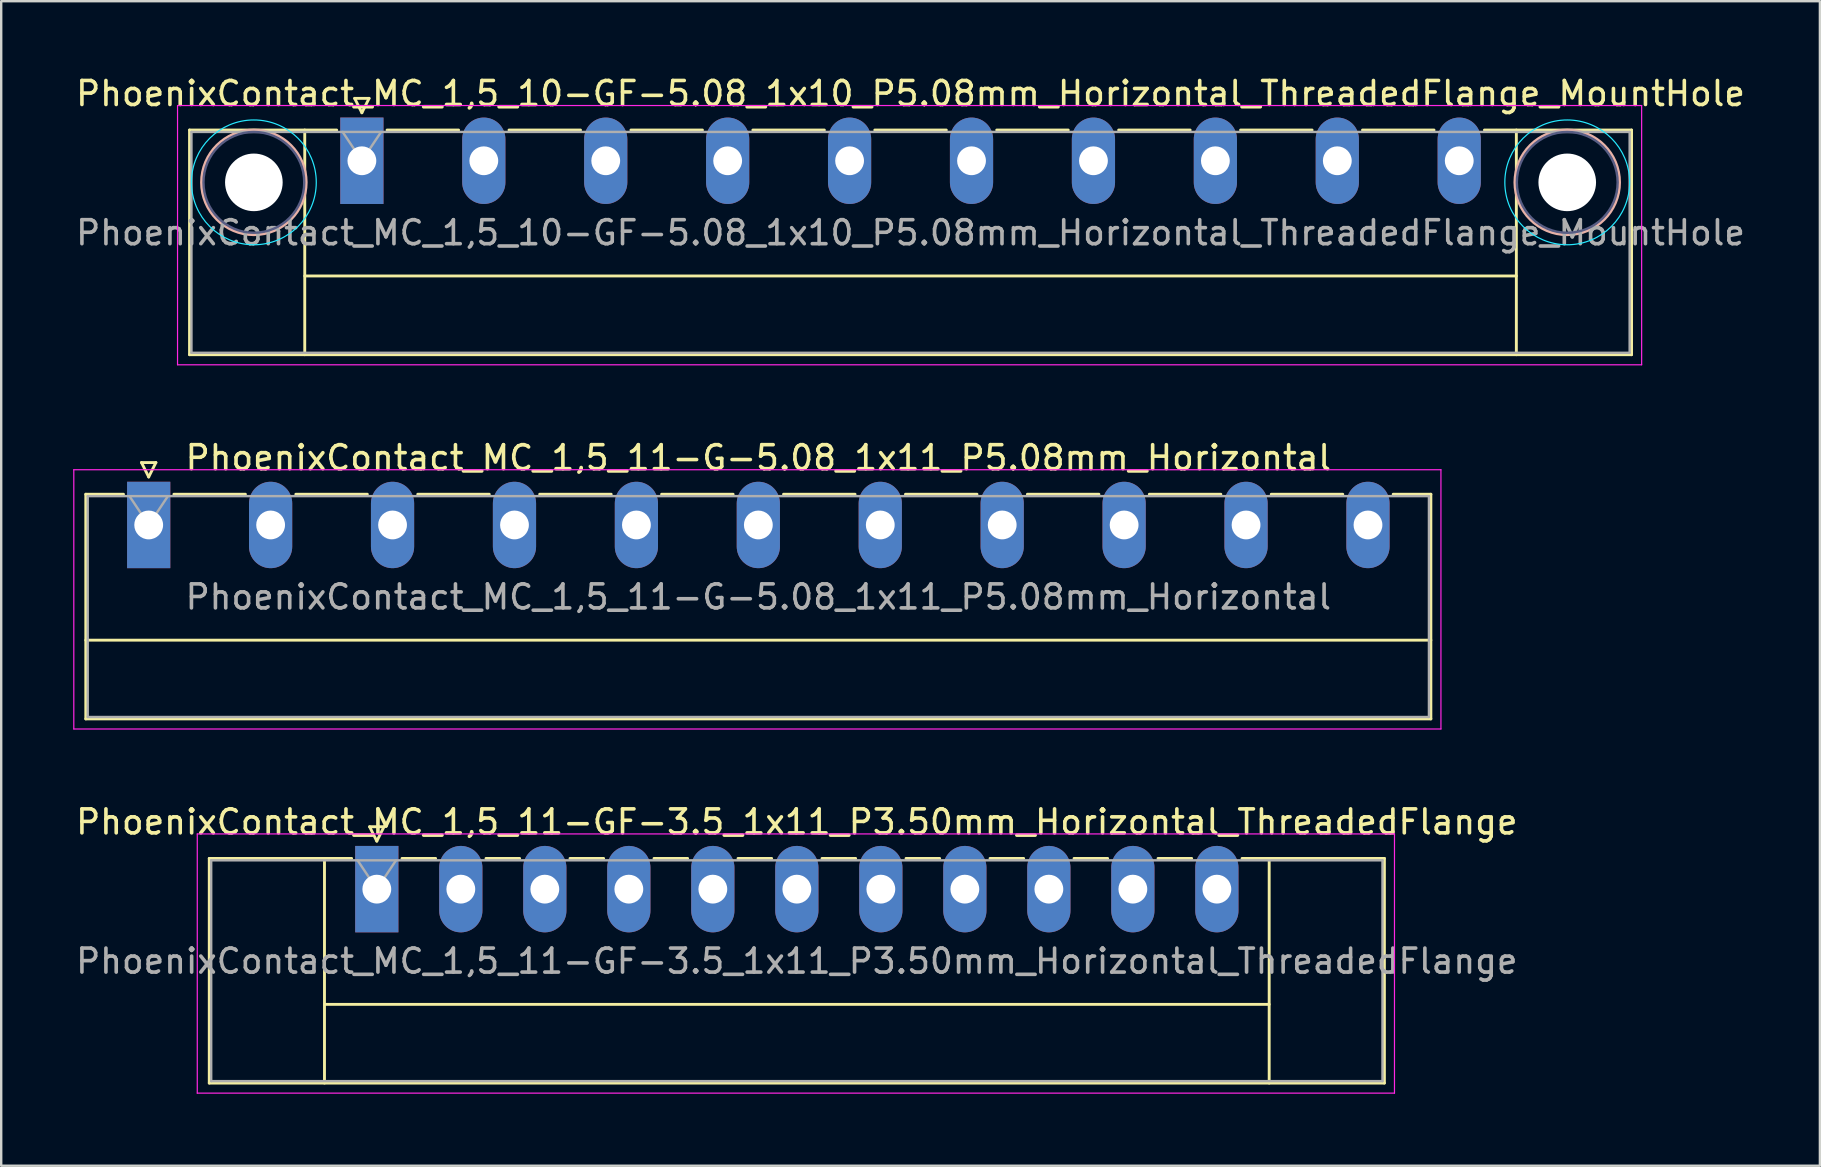
<source format=kicad_pcb>
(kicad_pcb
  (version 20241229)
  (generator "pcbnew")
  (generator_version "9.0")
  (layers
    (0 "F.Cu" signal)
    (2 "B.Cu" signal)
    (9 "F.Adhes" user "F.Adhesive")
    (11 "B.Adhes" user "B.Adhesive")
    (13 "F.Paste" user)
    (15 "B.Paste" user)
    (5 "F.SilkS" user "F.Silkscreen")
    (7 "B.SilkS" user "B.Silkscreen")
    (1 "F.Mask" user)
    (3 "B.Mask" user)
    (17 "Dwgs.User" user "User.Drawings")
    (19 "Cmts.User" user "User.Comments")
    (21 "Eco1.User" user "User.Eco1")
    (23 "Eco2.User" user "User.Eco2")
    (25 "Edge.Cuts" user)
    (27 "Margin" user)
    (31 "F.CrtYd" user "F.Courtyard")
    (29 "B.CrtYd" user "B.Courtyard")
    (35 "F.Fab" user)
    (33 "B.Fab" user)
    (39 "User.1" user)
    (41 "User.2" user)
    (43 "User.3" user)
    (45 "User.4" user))
  (footprint "PhoenixContact_MC_1,5_10-GF-5.08_1x10_P5.08mm_Horizontal_ThreadedFlange_MountHole"
    (layer "F.Cu")
    (at 12.027 3.648)
    (property "Reference" "PhoenixContact_MC_1,5_10-GF-5.08_1x10_P5.08mm_Horizontal_ThreadedFlange_MountHole" (at 22.86 -2.8 0) (layer "F.SilkS") (effects (font (size 1 1) (thickness 0.15))))
    (attr through_hole)
    (fp_line (start -7.18 -1.28) (end -7.18 8.08) (stroke (width 0.12) (type solid)) (layer "F.SilkS"))
    (fp_line (start -7.18 -1.28) (end -1.05 -1.28) (stroke (width 0.12) (type solid)) (layer "F.SilkS"))
    (fp_line (start -7.18 8.08) (end 52.9 8.08) (stroke (width 0.12) (type solid)) (layer "F.SilkS"))
    (fp_line (start -2.38 -1.28) (end -2.38 8.08) (stroke (width 0.12) (type solid)) (layer "F.SilkS"))
    (fp_line (start -2.38 4.8) (end 48.1 4.8) (stroke (width 0.12) (type solid)) (layer "F.SilkS"))
    (fp_line (start -0.3 -2.6) (end 0.3 -2.6) (stroke (width 0.12) (type solid)) (layer "F.SilkS"))
    (fp_line (start 0 -2) (end -0.3 -2.6) (stroke (width 0.12) (type solid)) (layer "F.SilkS"))
    (fp_line (start 0.3 -2.6) (end 0 -2) (stroke (width 0.12) (type solid)) (layer "F.SilkS"))
    (fp_line (start 1.05 -1.28) (end 4.03 -1.28) (stroke (width 0.12) (type solid)) (layer "F.SilkS"))
    (fp_line (start 6.13 -1.28) (end 9.11 -1.28) (stroke (width 0.12) (type solid)) (layer "F.SilkS"))
    (fp_line (start 11.21 -1.28) (end 14.19 -1.28) (stroke (width 0.12) (type solid)) (layer "F.SilkS"))
    (fp_line (start 16.29 -1.28) (end 19.27 -1.28) (stroke (width 0.12) (type solid)) (layer "F.SilkS"))
    (fp_line (start 21.37 -1.28) (end 24.35 -1.28) (stroke (width 0.12) (type solid)) (layer "F.SilkS"))
    (fp_line (start 26.45 -1.28) (end 29.43 -1.28) (stroke (width 0.12) (type solid)) (layer "F.SilkS"))
    (fp_line (start 31.53 -1.28) (end 34.51 -1.28) (stroke (width 0.12) (type solid)) (layer "F.SilkS"))
    (fp_line (start 36.61 -1.28) (end 39.59 -1.28) (stroke (width 0.12) (type solid)) (layer "F.SilkS"))
    (fp_line (start 41.69 -1.28) (end 44.67 -1.28) (stroke (width 0.12) (type solid)) (layer "F.SilkS"))
    (fp_line (start 48.1 -1.28) (end 48.1 8.08) (stroke (width 0.12) (type solid)) (layer "F.SilkS"))
    (fp_line (start 52.9 -1.28) (end 46.77 -1.28) (stroke (width 0.12) (type solid)) (layer "F.SilkS"))
    (fp_line (start 52.9 8.08) (end 52.9 -1.28) (stroke (width 0.12) (type solid)) (layer "F.SilkS"))
    (fp_circle (center -4.5 0.9) (end -2.32 0.9) (stroke (width 0.12) (type solid)) (fill no) (layer "B.SilkS"))
    (fp_circle (center 50.22 0.9) (end 52.4 0.9) (stroke (width 0.12) (type solid)) (fill no) (layer "B.SilkS"))
    (fp_circle (center -4.5 0.9) (end -1.9 0.9) (stroke (width 0.05) (type solid)) (fill no) (layer "B.CrtYd"))
    (fp_circle (center 50.22 0.9) (end 52.82 0.9) (stroke (width 0.05) (type solid)) (fill no) (layer "B.CrtYd"))
    (fp_line (start -7.68 -2.3) (end -7.68 8.5) (stroke (width 0.05) (type solid)) (layer "F.CrtYd"))
    (fp_line (start -7.68 8.5) (end 53.32 8.5) (stroke (width 0.05) (type solid)) (layer "F.CrtYd"))
    (fp_line (start 53.32 -2.3) (end -7.68 -2.3) (stroke (width 0.05) (type solid)) (layer "F.CrtYd"))
    (fp_line (start 53.32 8.5) (end 53.32 -2.3) (stroke (width 0.05) (type solid)) (layer "F.CrtYd"))
    (fp_circle (center -4.5 0.9) (end -2.4 0.9) (stroke (width 0.1) (type solid)) (fill no) (layer "B.Fab"))
    (fp_circle (center 50.22 0.9) (end 52.32 0.9) (stroke (width 0.1) (type solid)) (fill no) (layer "B.Fab"))
    (fp_line (start -7.1 -1.2) (end -7.1 8) (stroke (width 0.1) (type solid)) (layer "F.Fab"))
    (fp_line (start -7.1 8) (end 52.82 8) (stroke (width 0.1) (type solid)) (layer "F.Fab"))
    (fp_line (start 0 0) (end -0.8 -1.2) (stroke (width 0.1) (type solid)) (layer "F.Fab"))
    (fp_line (start 0.8 -1.2) (end 0 0) (stroke (width 0.1) (type solid)) (layer "F.Fab"))
    (fp_line (start 52.82 -1.2) (end -7.1 -1.2) (stroke (width 0.1) (type solid)) (layer "F.Fab"))
    (fp_line (start 52.82 8) (end 52.82 -1.2) (stroke (width 0.1) (type solid)) (layer "F.Fab"))
    (fp_text user "${REFERENCE}" (at 22.86 3 0) (layer "F.Fab") (effects (font (size 1 1) (thickness 0.15))))
    (pad "" np_thru_hole circle (at -4.5 0.9) (size 2.4 2.4) (drill 2.4) (layers "*.Cu" "*.Mask"))
    (pad "" np_thru_hole circle (at 50.22 0.9) (size 2.4 2.4) (drill 2.4) (layers "*.Cu" "*.Mask"))
    (pad "1" thru_hole rect (at 0 0) (size 1.8 3.6) (drill 1.2) (layers "*.Cu" "*.Mask"))
    (pad "2" thru_hole oval (at 5.08 0) (size 1.8 3.6) (drill 1.2) (layers "*.Cu" "*.Mask"))
    (pad "3" thru_hole oval (at 10.16 0) (size 1.8 3.6) (drill 1.2) (layers "*.Cu" "*.Mask"))
    (pad "4" thru_hole oval (at 15.24 0) (size 1.8 3.6) (drill 1.2) (layers "*.Cu" "*.Mask"))
    (pad "5" thru_hole oval (at 20.32 0) (size 1.8 3.6) (drill 1.2) (layers "*.Cu" "*.Mask"))
    (pad "6" thru_hole oval (at 25.4 0) (size 1.8 3.6) (drill 1.2) (layers "*.Cu" "*.Mask"))
    (pad "7" thru_hole oval (at 30.48 0) (size 1.8 3.6) (drill 1.2) (layers "*.Cu" "*.Mask"))
    (pad "8" thru_hole oval (at 35.56 0) (size 1.8 3.6) (drill 1.2) (layers "*.Cu" "*.Mask"))
    (pad "9" thru_hole oval (at 40.64 0) (size 1.8 3.6) (drill 1.2) (layers "*.Cu" "*.Mask"))
    (pad "10" thru_hole oval (at 45.72 0) (size 1.8 3.6) (drill 1.2) (layers "*.Cu" "*.Mask")))
  (footprint "PhoenixContact_MC_1,5_11-G-5.08_1x11_P5.08mm_Horizontal"
    (layer "F.Cu")
    (at 3.145 18.822)
    (property "Reference" "PhoenixContact_MC_1,5_11-G-5.08_1x11_P5.08mm_Horizontal" (at 25.4 -2.8 0) (layer "F.SilkS") (effects (font (size 1 1) (thickness 0.15))))
    (attr through_hole)
    (fp_line (start -2.62 -1.28) (end -2.62 8.08) (stroke (width 0.12) (type solid)) (layer "F.SilkS"))
    (fp_line (start -2.62 -1.28) (end -1.05 -1.28) (stroke (width 0.12) (type solid)) (layer "F.SilkS"))
    (fp_line (start -2.62 4.8) (end 53.42 4.8) (stroke (width 0.12) (type solid)) (layer "F.SilkS"))
    (fp_line (start -2.62 8.08) (end 53.42 8.08) (stroke (width 0.12) (type solid)) (layer "F.SilkS"))
    (fp_line (start -0.3 -2.6) (end 0.3 -2.6) (stroke (width 0.12) (type solid)) (layer "F.SilkS"))
    (fp_line (start 0 -2) (end -0.3 -2.6) (stroke (width 0.12) (type solid)) (layer "F.SilkS"))
    (fp_line (start 0.3 -2.6) (end 0 -2) (stroke (width 0.12) (type solid)) (layer "F.SilkS"))
    (fp_line (start 1.05 -1.28) (end 4.03 -1.28) (stroke (width 0.12) (type solid)) (layer "F.SilkS"))
    (fp_line (start 6.13 -1.28) (end 9.11 -1.28) (stroke (width 0.12) (type solid)) (layer "F.SilkS"))
    (fp_line (start 11.21 -1.28) (end 14.19 -1.28) (stroke (width 0.12) (type solid)) (layer "F.SilkS"))
    (fp_line (start 16.29 -1.28) (end 19.27 -1.28) (stroke (width 0.12) (type solid)) (layer "F.SilkS"))
    (fp_line (start 21.37 -1.28) (end 24.35 -1.28) (stroke (width 0.12) (type solid)) (layer "F.SilkS"))
    (fp_line (start 26.45 -1.28) (end 29.43 -1.28) (stroke (width 0.12) (type solid)) (layer "F.SilkS"))
    (fp_line (start 31.53 -1.28) (end 34.51 -1.28) (stroke (width 0.12) (type solid)) (layer "F.SilkS"))
    (fp_line (start 36.61 -1.28) (end 39.59 -1.28) (stroke (width 0.12) (type solid)) (layer "F.SilkS"))
    (fp_line (start 41.69 -1.28) (end 44.67 -1.28) (stroke (width 0.12) (type solid)) (layer "F.SilkS"))
    (fp_line (start 46.77 -1.28) (end 49.75 -1.28) (stroke (width 0.12) (type solid)) (layer "F.SilkS"))
    (fp_line (start 53.42 -1.28) (end 51.85 -1.28) (stroke (width 0.12) (type solid)) (layer "F.SilkS"))
    (fp_line (start 53.42 8.08) (end 53.42 -1.28) (stroke (width 0.12) (type solid)) (layer "F.SilkS"))
    (fp_line (start -3.12 -2.3) (end -3.12 8.5) (stroke (width 0.05) (type solid)) (layer "F.CrtYd"))
    (fp_line (start -3.12 8.5) (end 53.84 8.5) (stroke (width 0.05) (type solid)) (layer "F.CrtYd"))
    (fp_line (start 53.84 -2.3) (end -3.12 -2.3) (stroke (width 0.05) (type solid)) (layer "F.CrtYd"))
    (fp_line (start 53.84 8.5) (end 53.84 -2.3) (stroke (width 0.05) (type solid)) (layer "F.CrtYd"))
    (fp_line (start -2.54 -1.2) (end -2.54 8) (stroke (width 0.1) (type solid)) (layer "F.Fab"))
    (fp_line (start -2.54 8) (end 53.34 8) (stroke (width 0.1) (type solid)) (layer "F.Fab"))
    (fp_line (start 0 0) (end -0.8 -1.2) (stroke (width 0.1) (type solid)) (layer "F.Fab"))
    (fp_line (start 0.8 -1.2) (end 0 0) (stroke (width 0.1) (type solid)) (layer "F.Fab"))
    (fp_line (start 53.34 -1.2) (end -2.54 -1.2) (stroke (width 0.1) (type solid)) (layer "F.Fab"))
    (fp_line (start 53.34 8) (end 53.34 -1.2) (stroke (width 0.1) (type solid)) (layer "F.Fab"))
    (fp_text user "${REFERENCE}" (at 25.4 3 0) (layer "F.Fab") (effects (font (size 1 1) (thickness 0.15))))
    (pad "1" thru_hole rect (at 0 0) (size 1.8 3.6) (drill 1.2) (layers "*.Cu" "*.Mask"))
    (pad "2" thru_hole oval (at 5.08 0) (size 1.8 3.6) (drill 1.2) (layers "*.Cu" "*.Mask"))
    (pad "3" thru_hole oval (at 10.16 0) (size 1.8 3.6) (drill 1.2) (layers "*.Cu" "*.Mask"))
    (pad "4" thru_hole oval (at 15.24 0) (size 1.8 3.6) (drill 1.2) (layers "*.Cu" "*.Mask"))
    (pad "5" thru_hole oval (at 20.32 0) (size 1.8 3.6) (drill 1.2) (layers "*.Cu" "*.Mask"))
    (pad "6" thru_hole oval (at 25.4 0) (size 1.8 3.6) (drill 1.2) (layers "*.Cu" "*.Mask"))
    (pad "7" thru_hole oval (at 30.48 0) (size 1.8 3.6) (drill 1.2) (layers "*.Cu" "*.Mask"))
    (pad "8" thru_hole oval (at 35.56 0) (size 1.8 3.6) (drill 1.2) (layers "*.Cu" "*.Mask"))
    (pad "9" thru_hole oval (at 40.64 0) (size 1.8 3.6) (drill 1.2) (layers "*.Cu" "*.Mask"))
    (pad "10" thru_hole oval (at 45.72 0) (size 1.8 3.6) (drill 1.2) (layers "*.Cu" "*.Mask"))
    (pad "11" thru_hole oval (at 50.8 0) (size 1.8 3.6) (drill 1.2) (layers "*.Cu" "*.Mask")))
  (footprint "PhoenixContact_MC_1,5_11-GF-3.5_1x11_P3.50mm_Horizontal_ThreadedFlange"
    (layer "F.Cu")
    (at 12.649 33.995)
    (property "Reference" "PhoenixContact_MC_1,5_11-GF-3.5_1x11_P3.50mm_Horizontal_ThreadedFlange" (at 17.5 -2.8 0) (layer "F.SilkS") (effects (font (size 1 1) (thickness 0.15))))
    (attr through_hole)
    (fp_line (start -6.98 -1.28) (end -6.98 8.08) (stroke (width 0.12) (type solid)) (layer "F.SilkS"))
    (fp_line (start -6.98 -1.28) (end -1.05 -1.28) (stroke (width 0.12) (type solid)) (layer "F.SilkS"))
    (fp_line (start -6.98 8.08) (end 41.98 8.08) (stroke (width 0.12) (type solid)) (layer "F.SilkS"))
    (fp_line (start -2.18 -1.28) (end -2.18 8.08) (stroke (width 0.12) (type solid)) (layer "F.SilkS"))
    (fp_line (start -2.18 4.8) (end 37.18 4.8) (stroke (width 0.12) (type solid)) (layer "F.SilkS"))
    (fp_line (start -0.3 -2.6) (end 0.3 -2.6) (stroke (width 0.12) (type solid)) (layer "F.SilkS"))
    (fp_line (start 0 -2) (end -0.3 -2.6) (stroke (width 0.12) (type solid)) (layer "F.SilkS"))
    (fp_line (start 0.3 -2.6) (end 0 -2) (stroke (width 0.12) (type solid)) (layer "F.SilkS"))
    (fp_line (start 1.05 -1.28) (end 2.45 -1.28) (stroke (width 0.12) (type solid)) (layer "F.SilkS"))
    (fp_line (start 4.55 -1.28) (end 5.95 -1.28) (stroke (width 0.12) (type solid)) (layer "F.SilkS"))
    (fp_line (start 8.05 -1.28) (end 9.45 -1.28) (stroke (width 0.12) (type solid)) (layer "F.SilkS"))
    (fp_line (start 11.55 -1.28) (end 12.95 -1.28) (stroke (width 0.12) (type solid)) (layer "F.SilkS"))
    (fp_line (start 15.05 -1.28) (end 16.45 -1.28) (stroke (width 0.12) (type solid)) (layer "F.SilkS"))
    (fp_line (start 18.55 -1.28) (end 19.95 -1.28) (stroke (width 0.12) (type solid)) (layer "F.SilkS"))
    (fp_line (start 22.05 -1.28) (end 23.45 -1.28) (stroke (width 0.12) (type solid)) (layer "F.SilkS"))
    (fp_line (start 25.55 -1.28) (end 26.95 -1.28) (stroke (width 0.12) (type solid)) (layer "F.SilkS"))
    (fp_line (start 29.05 -1.28) (end 30.45 -1.28) (stroke (width 0.12) (type solid)) (layer "F.SilkS"))
    (fp_line (start 32.55 -1.28) (end 33.95 -1.28) (stroke (width 0.12) (type solid)) (layer "F.SilkS"))
    (fp_line (start 37.18 -1.28) (end 37.18 8.08) (stroke (width 0.12) (type solid)) (layer "F.SilkS"))
    (fp_line (start 41.98 -1.28) (end 36.05 -1.28) (stroke (width 0.12) (type solid)) (layer "F.SilkS"))
    (fp_line (start 41.98 8.08) (end 41.98 -1.28) (stroke (width 0.12) (type solid)) (layer "F.SilkS"))
    (fp_line (start -7.48 -2.3) (end -7.48 8.5) (stroke (width 0.05) (type solid)) (layer "F.CrtYd"))
    (fp_line (start -7.48 8.5) (end 42.4 8.5) (stroke (width 0.05) (type solid)) (layer "F.CrtYd"))
    (fp_line (start 42.4 -2.3) (end -7.48 -2.3) (stroke (width 0.05) (type solid)) (layer "F.CrtYd"))
    (fp_line (start 42.4 8.5) (end 42.4 -2.3) (stroke (width 0.05) (type solid)) (layer "F.CrtYd"))
    (fp_line (start -6.9 -1.2) (end -6.9 8) (stroke (width 0.1) (type solid)) (layer "F.Fab"))
    (fp_line (start -6.9 8) (end 41.9 8) (stroke (width 0.1) (type solid)) (layer "F.Fab"))
    (fp_line (start 0 0) (end -0.8 -1.2) (stroke (width 0.1) (type solid)) (layer "F.Fab"))
    (fp_line (start 0.8 -1.2) (end 0 0) (stroke (width 0.1) (type solid)) (layer "F.Fab"))
    (fp_line (start 41.9 -1.2) (end -6.9 -1.2) (stroke (width 0.1) (type solid)) (layer "F.Fab"))
    (fp_line (start 41.9 8) (end 41.9 -1.2) (stroke (width 0.1) (type solid)) (layer "F.Fab"))
    (fp_text user "${REFERENCE}" (at 17.5 3 0) (layer "F.Fab") (effects (font (size 1 1) (thickness 0.15))))
    (pad "1" thru_hole rect (at 0 0) (size 1.8 3.6) (drill 1.2) (layers "*.Cu" "*.Mask"))
    (pad "2" thru_hole oval (at 3.5 0) (size 1.8 3.6) (drill 1.2) (layers "*.Cu" "*.Mask"))
    (pad "3" thru_hole oval (at 7 0) (size 1.8 3.6) (drill 1.2) (layers "*.Cu" "*.Mask"))
    (pad "4" thru_hole oval (at 10.5 0) (size 1.8 3.6) (drill 1.2) (layers "*.Cu" "*.Mask"))
    (pad "5" thru_hole oval (at 14 0) (size 1.8 3.6) (drill 1.2) (layers "*.Cu" "*.Mask"))
    (pad "6" thru_hole oval (at 17.5 0) (size 1.8 3.6) (drill 1.2) (layers "*.Cu" "*.Mask"))
    (pad "7" thru_hole oval (at 21 0) (size 1.8 3.6) (drill 1.2) (layers "*.Cu" "*.Mask"))
    (pad "8" thru_hole oval (at 24.5 0) (size 1.8 3.6) (drill 1.2) (layers "*.Cu" "*.Mask"))
    (pad "9" thru_hole oval (at 28 0) (size 1.8 3.6) (drill 1.2) (layers "*.Cu" "*.Mask"))
    (pad "10" thru_hole oval (at 31.5 0) (size 1.8 3.6) (drill 1.2) (layers "*.Cu" "*.Mask"))
    (pad "11" thru_hole oval (at 35 0) (size 1.8 3.6) (drill 1.2) (layers "*.Cu" "*.Mask")))
  (gr_rect
    (start -3 -3)
    (end 72.774 45.52)
    (stroke (width 0.1) (type default))
    (fill no)
    (layer "Edge.Cuts")))
</source>
